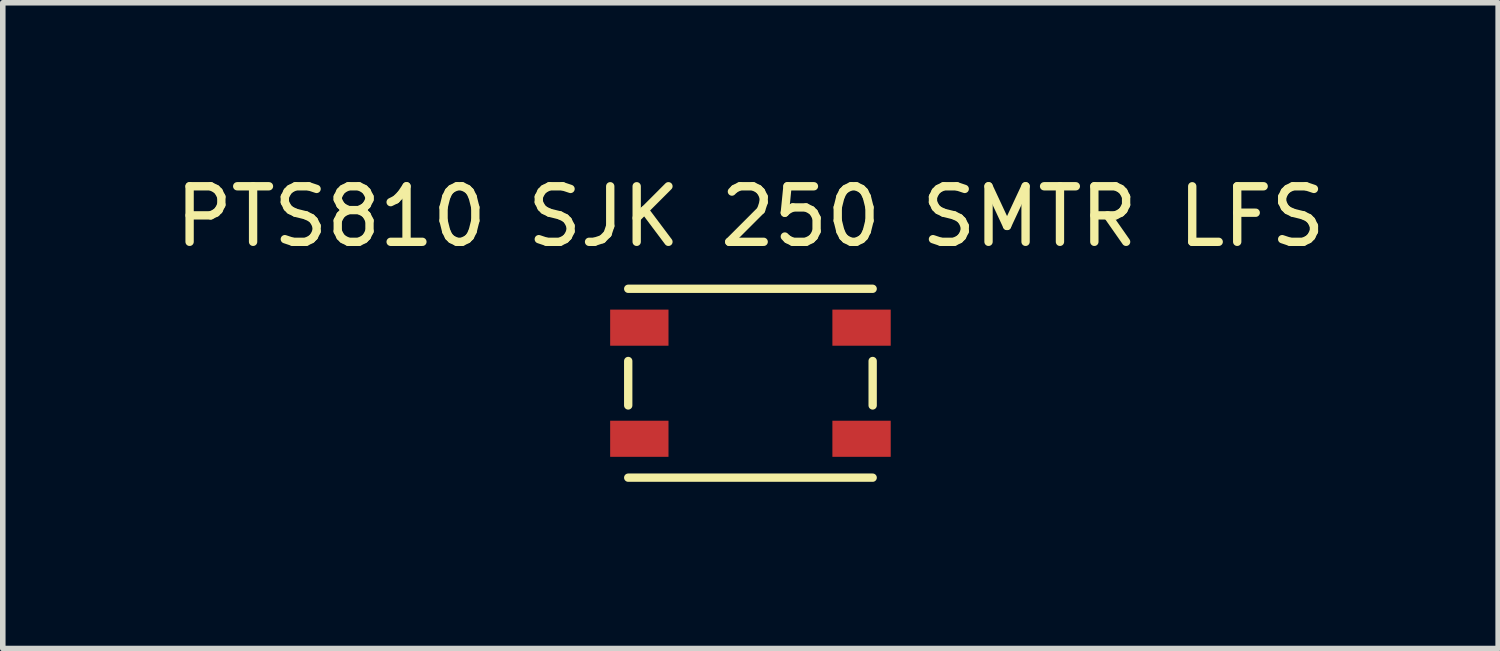
<source format=kicad_pcb>
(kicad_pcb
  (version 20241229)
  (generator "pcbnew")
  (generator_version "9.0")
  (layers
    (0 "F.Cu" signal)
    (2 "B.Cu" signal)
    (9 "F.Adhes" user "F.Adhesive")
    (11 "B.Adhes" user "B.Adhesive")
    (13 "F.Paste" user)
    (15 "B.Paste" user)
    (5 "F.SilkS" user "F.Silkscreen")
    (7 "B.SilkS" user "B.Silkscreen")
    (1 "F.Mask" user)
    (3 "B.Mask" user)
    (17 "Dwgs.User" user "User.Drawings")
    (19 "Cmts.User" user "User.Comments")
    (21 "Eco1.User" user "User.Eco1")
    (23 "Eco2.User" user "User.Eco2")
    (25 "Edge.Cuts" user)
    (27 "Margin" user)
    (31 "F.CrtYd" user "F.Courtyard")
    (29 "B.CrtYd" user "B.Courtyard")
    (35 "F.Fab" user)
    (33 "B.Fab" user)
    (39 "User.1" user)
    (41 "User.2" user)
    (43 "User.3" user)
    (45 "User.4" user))
  (footprint "PTS810 SJK 250 SMTR LFS"
    (layer "F.Cu")
    (at 10.458 3.848)
    (property "Reference" "PTS810 SJK 250 SMTR LFS" (at 0 -3 0) (layer "F.SilkS") (effects (font (size 1 1) (thickness 0.15))))
    (attr through_hole)
    (fp_line (start -2.2 -1.7) (end 2.2 -1.7) (stroke (width 0.15) (type solid)) (layer "F.SilkS"))
    (fp_line (start -2.2 0.4) (end -2.2 -0.4) (stroke (width 0.15) (type solid)) (layer "F.SilkS"))
    (fp_line (start -2.2 1.7) (end 2.2 1.7) (stroke (width 0.15) (type solid)) (layer "F.SilkS"))
    (fp_line (start 2.2 0.4) (end 2.2 -0.4) (stroke (width 0.15) (type solid)) (layer "F.SilkS"))
    (pad "1" smd rect (at -2 -1) (size 1.05 0.65) (layers "F.Cu" "F.Mask" "F.Paste"))
    (pad "1" smd rect (at 2 -1) (size 1.05 0.65) (layers "F.Cu" "F.Mask" "F.Paste"))
    (pad "2" smd rect (at -2 1) (size 1.05 0.65) (layers "F.Cu" "F.Mask" "F.Paste"))
    (pad "2" smd rect (at 2 1) (size 1.05 0.65) (layers "F.Cu" "F.Mask" "F.Paste")))
  (gr_rect
    (start -3 -3)
    (end 23.917 8.623)
    (stroke (width 0.1) (type default))
    (fill no)
    (layer "Edge.Cuts")))
</source>
